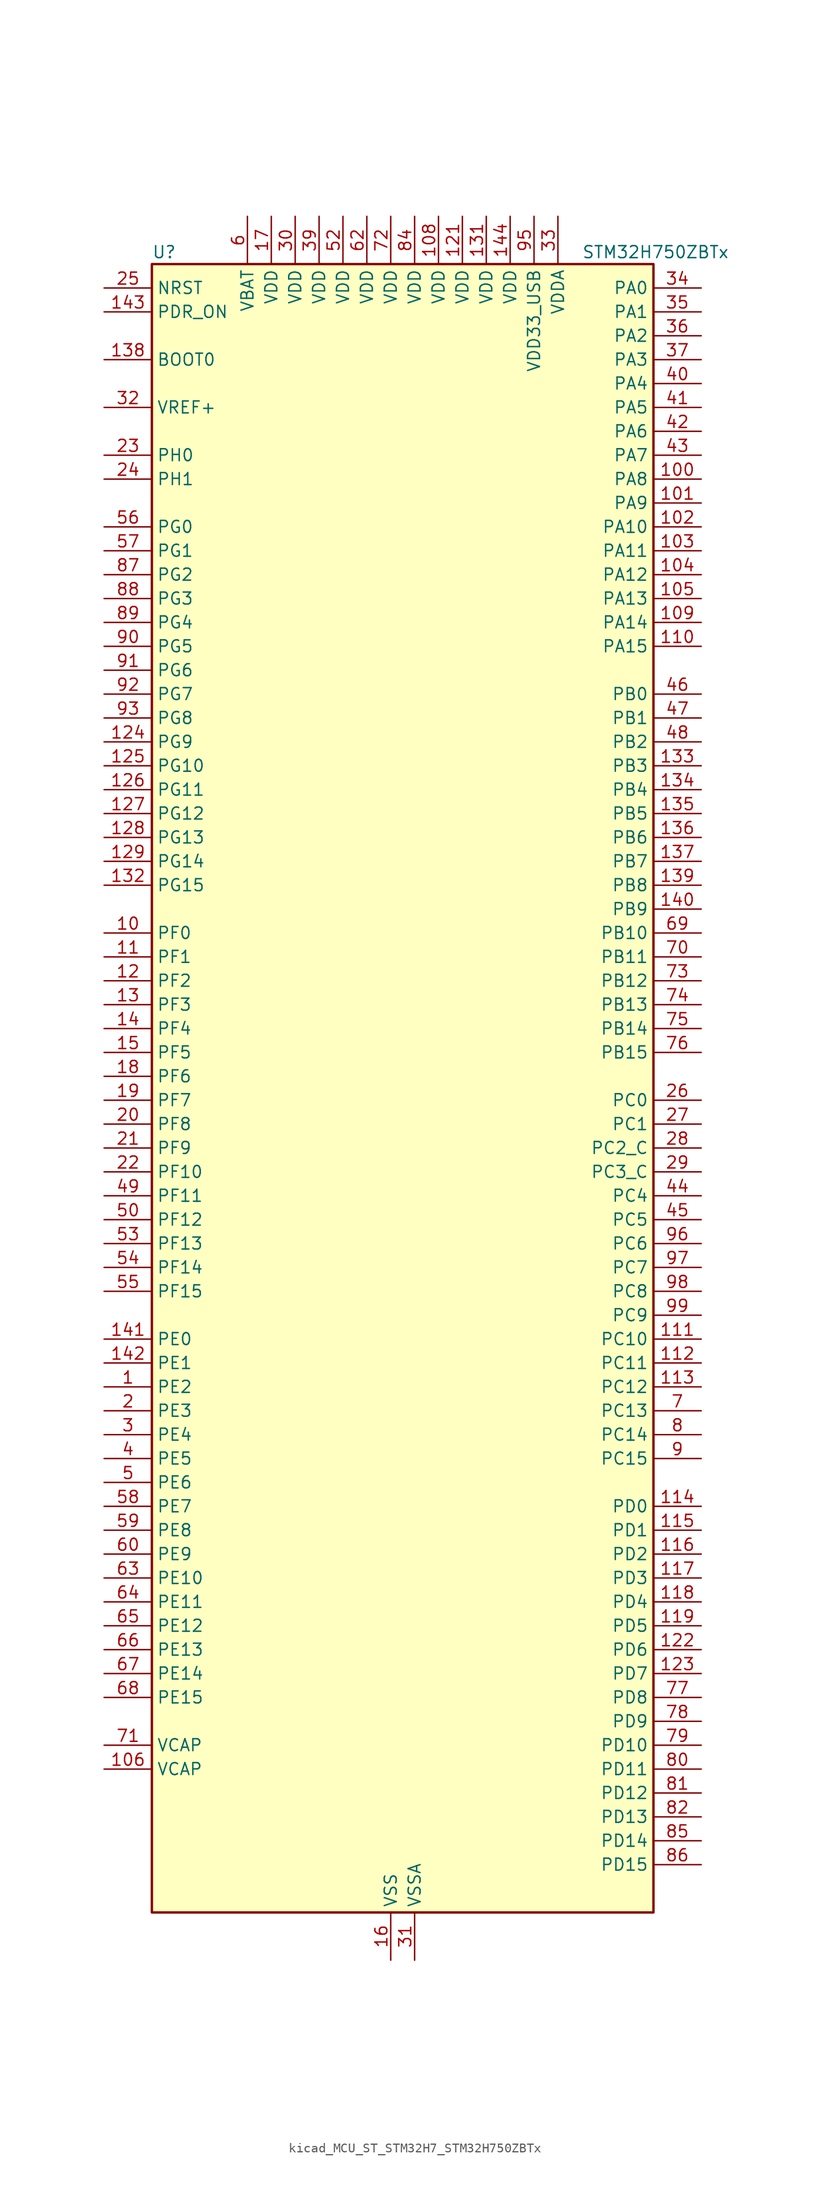
<source format=kicad_sym>
(kicad_symbol_lib
  (version 20220914)
  (generator kicad_symbol_editor)
  (symbol "kicad_MCU_ST_STM32H7_STM32H750ZBTx"
    (property "Reference" "U"
      (at -25.4 90.17 0)
      (effects (font (size 1.27 1.27)) (justify left)))
    (property "Value" "STM32H750ZBTx"
      (at 20.32 90.17 0)
      (effects (font (size 1.27 1.27)) (justify left)))
    (property "ki_locked" ""
      (at 0 0 0)
      (effects (font (size 1.27 1.27))))
    (symbol "kicad_MCU_ST_STM32H7_STM32H750ZBTx_0_1"
      (rectangle (start -25.4 -86.36) (end 27.94 88.9) (stroke (width 0.254) (type default)) (fill (type background))))
    (symbol "kicad_MCU_ST_STM32H7_STM32H750ZBTx_1_1"
      (pin bidirectional line (at -30.48 -30.48 0) (length 5.08) (name "PE2" (effects (font (size 1.27 1.27)))) (number "1" (effects (font (size 1.27 1.27)))) (alternate "DEBUG_TRACECLK" bidirectional line) (alternate "ETH_TXD3" bidirectional line) (alternate "FMC_A23" bidirectional line) (alternate "QUADSPI_BK1_IO2" bidirectional line) (alternate "SAI1_CK1" bidirectional line) (alternate "SAI1_MCLK_A" bidirectional line) (alternate "SAI4_CK1" bidirectional line) (alternate "SAI4_MCLK_A" bidirectional line) (alternate "SPI4_SCK" bidirectional line))
      (pin bidirectional line (at -30.48 17.78 0) (length 5.08) (name "PF0" (effects (font (size 1.27 1.27)))) (number "10" (effects (font (size 1.27 1.27)))) (alternate "FMC_A0" bidirectional line) (alternate "I2C2_SDA" bidirectional line))
      (pin bidirectional line (at 33.02 66.04 180) (length 5.08) (name "PA8" (effects (font (size 1.27 1.27)))) (number "100" (effects (font (size 1.27 1.27)))) (alternate "HRTIM_CHB2" bidirectional line) (alternate "I2C3_SCL" bidirectional line) (alternate "LTDC_B3" bidirectional line) (alternate "LTDC_R6" bidirectional line) (alternate "RCC_MCO_1" bidirectional line) (alternate "TIM1_CH1" bidirectional line) (alternate "TIM8_BKIN2" bidirectional line) (alternate "TIM8_BKIN2_COMP1" bidirectional line) (alternate "TIM8_BKIN2_COMP2" bidirectional line) (alternate "UART7_RX" bidirectional line) (alternate "USART1_CK" bidirectional line) (alternate "USB_OTG_FS_SOF" bidirectional line))
      (pin bidirectional line (at 33.02 63.5 180) (length 5.08) (name "PA9" (effects (font (size 1.27 1.27)))) (number "101" (effects (font (size 1.27 1.27)))) (alternate "DAC1_EXTI9" bidirectional line) (alternate "DCMI_D0" bidirectional line) (alternate "HRTIM_CHC1" bidirectional line) (alternate "I2C3_SMBA" bidirectional line) (alternate "I2S2_CK" bidirectional line) (alternate "LPUART1_TX" bidirectional line) (alternate "LTDC_R5" bidirectional line) (alternate "SPI2_SCK" bidirectional line) (alternate "TIM1_CH2" bidirectional line) (alternate "USART1_TX" bidirectional line) (alternate "USB_OTG_FS_VBUS" bidirectional line))
      (pin bidirectional line (at 33.02 60.96 180) (length 5.08) (name "PA10" (effects (font (size 1.27 1.27)))) (number "102" (effects (font (size 1.27 1.27)))) (alternate "DCMI_D1" bidirectional line) (alternate "HRTIM_CHC2" bidirectional line) (alternate "LPUART1_RX" bidirectional line) (alternate "LTDC_B1" bidirectional line) (alternate "LTDC_B4" bidirectional line) (alternate "MDIOS_MDIO" bidirectional line) (alternate "TIM1_CH3" bidirectional line) (alternate "USART1_RX" bidirectional line) (alternate "USB_OTG_FS_ID" bidirectional line))
      (pin bidirectional line (at 33.02 58.42 180) (length 5.08) (name "PA11" (effects (font (size 1.27 1.27)))) (number "103" (effects (font (size 1.27 1.27)))) (alternate "ADC1_EXTI11" bidirectional line) (alternate "ADC2_EXTI11" bidirectional line) (alternate "ADC3_EXTI11" bidirectional line) (alternate "FDCAN1_RX" bidirectional line) (alternate "HRTIM_CHD1" bidirectional line) (alternate "I2S2_WS" bidirectional line) (alternate "LPUART1_CTS" bidirectional line) (alternate "LTDC_R4" bidirectional line) (alternate "SPI2_NSS" bidirectional line) (alternate "TIM1_CH4" bidirectional line) (alternate "UART4_RX" bidirectional line) (alternate "USART1_CTS" bidirectional line) (alternate "USART1_NSS" bidirectional line) (alternate "USB_OTG_FS_DM" bidirectional line))
      (pin bidirectional line (at 33.02 55.88 180) (length 5.08) (name "PA12" (effects (font (size 1.27 1.27)))) (number "104" (effects (font (size 1.27 1.27)))) (alternate "FDCAN1_TX" bidirectional line) (alternate "HRTIM_CHD2" bidirectional line) (alternate "I2S2_CK" bidirectional line) (alternate "LPUART1_DE" bidirectional line) (alternate "LPUART1_RTS" bidirectional line) (alternate "LTDC_R5" bidirectional line) (alternate "SAI2_FS_B" bidirectional line) (alternate "SPI2_SCK" bidirectional line) (alternate "TIM1_ETR" bidirectional line) (alternate "UART4_TX" bidirectional line) (alternate "USART1_DE" bidirectional line) (alternate "USART1_RTS" bidirectional line) (alternate "USB_OTG_FS_DP" bidirectional line))
      (pin bidirectional line (at 33.02 53.34 180) (length 5.08) (name "PA13" (effects (font (size 1.27 1.27)))) (number "105" (effects (font (size 1.27 1.27)))) (alternate "DEBUG_JTMS-SWDIO" bidirectional line))
      (pin power_out line (at -30.48 -71.12 0) (length 5.08) (name "VCAP" (effects (font (size 1.27 1.27)))) (number "106" (effects (font (size 1.27 1.27)))))
      (pin passive line (at 0 -91.44 90) (length 5.08) hide (name "VSS" (effects (font (size 1.27 1.27)))) (number "107" (effects (font (size 1.27 1.27)))))
      (pin power_in line (at 5.08 93.98 270) (length 5.08) (name "VDD" (effects (font (size 1.27 1.27)))) (number "108" (effects (font (size 1.27 1.27)))))
      (pin bidirectional line (at 33.02 50.8 180) (length 5.08) (name "PA14" (effects (font (size 1.27 1.27)))) (number "109" (effects (font (size 1.27 1.27)))) (alternate "DEBUG_JTCK-SWCLK" bidirectional line))
      (pin bidirectional line (at -30.48 15.24 0) (length 5.08) (name "PF1" (effects (font (size 1.27 1.27)))) (number "11" (effects (font (size 1.27 1.27)))) (alternate "FMC_A1" bidirectional line) (alternate "I2C2_SCL" bidirectional line))
      (pin bidirectional line (at 33.02 48.26 180) (length 5.08) (name "PA15" (effects (font (size 1.27 1.27)))) (number "110" (effects (font (size 1.27 1.27)))) (alternate "ADC1_EXTI15" bidirectional line) (alternate "ADC2_EXTI15" bidirectional line) (alternate "ADC3_EXTI15" bidirectional line) (alternate "CEC" bidirectional line) (alternate "DEBUG_JTDI" bidirectional line) (alternate "HRTIM_FLT1" bidirectional line) (alternate "I2S1_WS" bidirectional line) (alternate "I2S3_WS" bidirectional line) (alternate "SPI1_NSS" bidirectional line) (alternate "SPI3_NSS" bidirectional line) (alternate "SPI6_NSS" bidirectional line) (alternate "TIM2_CH1" bidirectional line) (alternate "TIM2_ETR" bidirectional line) (alternate "UART4_DE" bidirectional line) (alternate "UART4_RTS" bidirectional line) (alternate "UART7_TX" bidirectional line))
      (pin bidirectional line (at 33.02 -25.4 180) (length 5.08) (name "PC10" (effects (font (size 1.27 1.27)))) (number "111" (effects (font (size 1.27 1.27)))) (alternate "DCMI_D8" bidirectional line) (alternate "DFSDM1_CKIN5" bidirectional line) (alternate "HRTIM_EEV1" bidirectional line) (alternate "I2S3_CK" bidirectional line) (alternate "LTDC_R2" bidirectional line) (alternate "QUADSPI_BK1_IO1" bidirectional line) (alternate "SDMMC1_D2" bidirectional line) (alternate "SPI3_SCK" bidirectional line) (alternate "UART4_TX" bidirectional line) (alternate "USART3_TX" bidirectional line))
      (pin bidirectional line (at 33.02 -27.94 180) (length 5.08) (name "PC11" (effects (font (size 1.27 1.27)))) (number "112" (effects (font (size 1.27 1.27)))) (alternate "ADC1_EXTI11" bidirectional line) (alternate "ADC2_EXTI11" bidirectional line) (alternate "ADC3_EXTI11" bidirectional line) (alternate "DCMI_D4" bidirectional line) (alternate "DFSDM1_DATIN5" bidirectional line) (alternate "HRTIM_FLT2" bidirectional line) (alternate "I2S3_SDI" bidirectional line) (alternate "QUADSPI_BK2_NCS" bidirectional line) (alternate "SDMMC1_D3" bidirectional line) (alternate "SPI3_MISO" bidirectional line) (alternate "UART4_RX" bidirectional line) (alternate "USART3_RX" bidirectional line))
      (pin bidirectional line (at 33.02 -30.48 180) (length 5.08) (name "PC12" (effects (font (size 1.27 1.27)))) (number "113" (effects (font (size 1.27 1.27)))) (alternate "DCMI_D9" bidirectional line) (alternate "DEBUG_TRACED3" bidirectional line) (alternate "HRTIM_EEV2" bidirectional line) (alternate "I2S3_SDO" bidirectional line) (alternate "SDMMC1_CK" bidirectional line) (alternate "SPI3_MOSI" bidirectional line) (alternate "UART5_TX" bidirectional line) (alternate "USART3_CK" bidirectional line))
      (pin bidirectional line (at 33.02 -43.18 180) (length 5.08) (name "PD0" (effects (font (size 1.27 1.27)))) (number "114" (effects (font (size 1.27 1.27)))) (alternate "DFSDM1_CKIN6" bidirectional line) (alternate "FDCAN1_RX" bidirectional line) (alternate "FMC_D2" bidirectional line) (alternate "FMC_DA2" bidirectional line) (alternate "SAI3_SCK_A" bidirectional line) (alternate "UART4_RX" bidirectional line))
      (pin bidirectional line (at 33.02 -45.72 180) (length 5.08) (name "PD1" (effects (font (size 1.27 1.27)))) (number "115" (effects (font (size 1.27 1.27)))) (alternate "DFSDM1_DATIN6" bidirectional line) (alternate "FDCAN1_TX" bidirectional line) (alternate "FMC_D3" bidirectional line) (alternate "FMC_DA3" bidirectional line) (alternate "SAI3_SD_A" bidirectional line) (alternate "UART4_TX" bidirectional line))
      (pin bidirectional line (at 33.02 -48.26 180) (length 5.08) (name "PD2" (effects (font (size 1.27 1.27)))) (number "116" (effects (font (size 1.27 1.27)))) (alternate "DCMI_D11" bidirectional line) (alternate "DEBUG_TRACED2" bidirectional line) (alternate "SDMMC1_CMD" bidirectional line) (alternate "TIM3_ETR" bidirectional line) (alternate "UART5_RX" bidirectional line))
      (pin bidirectional line (at 33.02 -50.8 180) (length 5.08) (name "PD3" (effects (font (size 1.27 1.27)))) (number "117" (effects (font (size 1.27 1.27)))) (alternate "DCMI_D5" bidirectional line) (alternate "DFSDM1_CKOUT" bidirectional line) (alternate "FMC_CLK" bidirectional line) (alternate "I2S2_CK" bidirectional line) (alternate "LTDC_G7" bidirectional line) (alternate "SPI2_SCK" bidirectional line) (alternate "USART2_CTS" bidirectional line) (alternate "USART2_NSS" bidirectional line))
      (pin bidirectional line (at 33.02 -53.34 180) (length 5.08) (name "PD4" (effects (font (size 1.27 1.27)))) (number "118" (effects (font (size 1.27 1.27)))) (alternate "FMC_NOE" bidirectional line) (alternate "HRTIM_FLT3" bidirectional line) (alternate "SAI3_FS_A" bidirectional line) (alternate "USART2_DE" bidirectional line) (alternate "USART2_RTS" bidirectional line))
      (pin bidirectional line (at 33.02 -55.88 180) (length 5.08) (name "PD5" (effects (font (size 1.27 1.27)))) (number "119" (effects (font (size 1.27 1.27)))) (alternate "FMC_NWE" bidirectional line) (alternate "HRTIM_EEV3" bidirectional line) (alternate "USART2_TX" bidirectional line))
      (pin bidirectional line (at -30.48 12.7 0) (length 5.08) (name "PF2" (effects (font (size 1.27 1.27)))) (number "12" (effects (font (size 1.27 1.27)))) (alternate "FMC_A2" bidirectional line) (alternate "I2C2_SMBA" bidirectional line))
      (pin passive line (at 0 -91.44 90) (length 5.08) hide (name "VSS" (effects (font (size 1.27 1.27)))) (number "120" (effects (font (size 1.27 1.27)))))
      (pin power_in line (at 7.62 93.98 270) (length 5.08) (name "VDD" (effects (font (size 1.27 1.27)))) (number "121" (effects (font (size 1.27 1.27)))))
      (pin bidirectional line (at 33.02 -58.42 180) (length 5.08) (name "PD6" (effects (font (size 1.27 1.27)))) (number "122" (effects (font (size 1.27 1.27)))) (alternate "DCMI_D10" bidirectional line) (alternate "DFSDM1_CKIN4" bidirectional line) (alternate "DFSDM1_DATIN1" bidirectional line) (alternate "FMC_NWAIT" bidirectional line) (alternate "I2S3_SDO" bidirectional line) (alternate "LTDC_B2" bidirectional line) (alternate "SAI1_D1" bidirectional line) (alternate "SAI1_SD_A" bidirectional line) (alternate "SAI4_D1" bidirectional line) (alternate "SAI4_SD_A" bidirectional line) (alternate "SDMMC2_CK" bidirectional line) (alternate "SPI3_MOSI" bidirectional line) (alternate "USART2_RX" bidirectional line))
      (pin bidirectional line (at 33.02 -60.96 180) (length 5.08) (name "PD7" (effects (font (size 1.27 1.27)))) (number "123" (effects (font (size 1.27 1.27)))) (alternate "DFSDM1_CKIN1" bidirectional line) (alternate "DFSDM1_DATIN4" bidirectional line) (alternate "FMC_NE1" bidirectional line) (alternate "I2S1_SDO" bidirectional line) (alternate "SDMMC2_CMD" bidirectional line) (alternate "SPDIFRX1_IN0" bidirectional line) (alternate "SPI1_MOSI" bidirectional line) (alternate "USART2_CK" bidirectional line))
      (pin bidirectional line (at -30.48 38.1 0) (length 5.08) (name "PG9" (effects (font (size 1.27 1.27)))) (number "124" (effects (font (size 1.27 1.27)))) (alternate "DAC1_EXTI9" bidirectional line) (alternate "DCMI_VSYNC" bidirectional line) (alternate "FMC_NCE" bidirectional line) (alternate "FMC_NE2" bidirectional line) (alternate "I2S1_SDI" bidirectional line) (alternate "QUADSPI_BK2_IO2" bidirectional line) (alternate "SAI2_FS_B" bidirectional line) (alternate "SPDIFRX1_IN3" bidirectional line) (alternate "SPI1_MISO" bidirectional line) (alternate "USART6_RX" bidirectional line))
      (pin bidirectional line (at -30.48 35.56 0) (length 5.08) (name "PG10" (effects (font (size 1.27 1.27)))) (number "125" (effects (font (size 1.27 1.27)))) (alternate "DCMI_D2" bidirectional line) (alternate "FMC_NE3" bidirectional line) (alternate "HRTIM_FLT5" bidirectional line) (alternate "I2S1_WS" bidirectional line) (alternate "LTDC_B2" bidirectional line) (alternate "LTDC_G3" bidirectional line) (alternate "SAI2_SD_B" bidirectional line) (alternate "SPI1_NSS" bidirectional line))
      (pin bidirectional line (at -30.48 33.02 0) (length 5.08) (name "PG11" (effects (font (size 1.27 1.27)))) (number "126" (effects (font (size 1.27 1.27)))) (alternate "ADC1_EXTI11" bidirectional line) (alternate "ADC2_EXTI11" bidirectional line) (alternate "ADC3_EXTI11" bidirectional line) (alternate "DCMI_D3" bidirectional line) (alternate "ETH_TX_EN" bidirectional line) (alternate "HRTIM_EEV4" bidirectional line) (alternate "I2S1_CK" bidirectional line) (alternate "LPTIM1_IN2" bidirectional line) (alternate "LTDC_B3" bidirectional line) (alternate "SDMMC2_D2" bidirectional line) (alternate "SPDIFRX1_IN0" bidirectional line) (alternate "SPI1_SCK" bidirectional line))
      (pin bidirectional line (at -30.48 30.48 0) (length 5.08) (name "PG12" (effects (font (size 1.27 1.27)))) (number "127" (effects (font (size 1.27 1.27)))) (alternate "ETH_TXD1" bidirectional line) (alternate "FMC_NE4" bidirectional line) (alternate "HRTIM_EEV5" bidirectional line) (alternate "LPTIM1_IN1" bidirectional line) (alternate "LTDC_B1" bidirectional line) (alternate "LTDC_B4" bidirectional line) (alternate "SPDIFRX1_IN1" bidirectional line) (alternate "SPI6_MISO" bidirectional line) (alternate "USART6_DE" bidirectional line) (alternate "USART6_RTS" bidirectional line))
      (pin bidirectional line (at -30.48 27.94 0) (length 5.08) (name "PG13" (effects (font (size 1.27 1.27)))) (number "128" (effects (font (size 1.27 1.27)))) (alternate "DEBUG_TRACED0" bidirectional line) (alternate "ETH_TXD0" bidirectional line) (alternate "FMC_A24" bidirectional line) (alternate "HRTIM_EEV10" bidirectional line) (alternate "LPTIM1_OUT" bidirectional line) (alternate "LTDC_R0" bidirectional line) (alternate "SPI6_SCK" bidirectional line) (alternate "USART6_CTS" bidirectional line) (alternate "USART6_NSS" bidirectional line))
      (pin bidirectional line (at -30.48 25.4 0) (length 5.08) (name "PG14" (effects (font (size 1.27 1.27)))) (number "129" (effects (font (size 1.27 1.27)))) (alternate "DEBUG_TRACED1" bidirectional line) (alternate "ETH_TXD1" bidirectional line) (alternate "FMC_A25" bidirectional line) (alternate "LPTIM1_ETR" bidirectional line) (alternate "LTDC_B0" bidirectional line) (alternate "QUADSPI_BK2_IO3" bidirectional line) (alternate "SPI6_MOSI" bidirectional line) (alternate "USART6_TX" bidirectional line))
      (pin bidirectional line (at -30.48 10.16 0) (length 5.08) (name "PF3" (effects (font (size 1.27 1.27)))) (number "13" (effects (font (size 1.27 1.27)))) (alternate "ADC3_INP5" bidirectional line) (alternate "FMC_A3" bidirectional line))
      (pin passive line (at 0 -91.44 90) (length 5.08) hide (name "VSS" (effects (font (size 1.27 1.27)))) (number "130" (effects (font (size 1.27 1.27)))))
      (pin power_in line (at 10.16 93.98 270) (length 5.08) (name "VDD" (effects (font (size 1.27 1.27)))) (number "131" (effects (font (size 1.27 1.27)))))
      (pin bidirectional line (at -30.48 22.86 0) (length 5.08) (name "PG15" (effects (font (size 1.27 1.27)))) (number "132" (effects (font (size 1.27 1.27)))) (alternate "ADC1_EXTI15" bidirectional line) (alternate "ADC2_EXTI15" bidirectional line) (alternate "ADC3_EXTI15" bidirectional line) (alternate "DCMI_D13" bidirectional line) (alternate "FMC_SDNCAS" bidirectional line) (alternate "USART6_CTS" bidirectional line) (alternate "USART6_NSS" bidirectional line))
      (pin bidirectional line (at 33.02 35.56 180) (length 5.08) (name "PB3" (effects (font (size 1.27 1.27)))) (number "133" (effects (font (size 1.27 1.27)))) (alternate "CRS_SYNC" bidirectional line) (alternate "DEBUG_JTDO-SWO" bidirectional line) (alternate "HRTIM_FLT4" bidirectional line) (alternate "I2S1_CK" bidirectional line) (alternate "I2S3_CK" bidirectional line) (alternate "SDMMC2_D2" bidirectional line) (alternate "SPI1_SCK" bidirectional line) (alternate "SPI3_SCK" bidirectional line) (alternate "SPI6_SCK" bidirectional line) (alternate "TIM2_CH2" bidirectional line) (alternate "UART7_RX" bidirectional line))
      (pin bidirectional line (at 33.02 33.02 180) (length 5.08) (name "PB4" (effects (font (size 1.27 1.27)))) (number "134" (effects (font (size 1.27 1.27)))) (alternate "DEBUG_JTRST" bidirectional line) (alternate "HRTIM_EEV6" bidirectional line) (alternate "I2S1_SDI" bidirectional line) (alternate "I2S2_WS" bidirectional line) (alternate "I2S3_SDI" bidirectional line) (alternate "SDMMC2_D3" bidirectional line) (alternate "SPI1_MISO" bidirectional line) (alternate "SPI2_NSS" bidirectional line) (alternate "SPI3_MISO" bidirectional line) (alternate "SPI6_MISO" bidirectional line) (alternate "TIM16_BKIN" bidirectional line) (alternate "TIM3_CH1" bidirectional line) (alternate "UART7_TX" bidirectional line))
      (pin bidirectional line (at 33.02 30.48 180) (length 5.08) (name "PB5" (effects (font (size 1.27 1.27)))) (number "135" (effects (font (size 1.27 1.27)))) (alternate "DCMI_D10" bidirectional line) (alternate "ETH_PPS_OUT" bidirectional line) (alternate "FDCAN2_RX" bidirectional line) (alternate "FMC_SDCKE1" bidirectional line) (alternate "HRTIM_EEV7" bidirectional line) (alternate "I2C1_SMBA" bidirectional line) (alternate "I2C4_SMBA" bidirectional line) (alternate "I2S1_SDO" bidirectional line) (alternate "I2S3_SDO" bidirectional line) (alternate "SPI1_MOSI" bidirectional line) (alternate "SPI3_MOSI" bidirectional line) (alternate "SPI6_MOSI" bidirectional line) (alternate "TIM17_BKIN" bidirectional line) (alternate "TIM3_CH2" bidirectional line) (alternate "UART5_RX" bidirectional line) (alternate "USB_OTG_HS_ULPI_D7" bidirectional line))
      (pin bidirectional line (at 33.02 27.94 180) (length 5.08) (name "PB6" (effects (font (size 1.27 1.27)))) (number "136" (effects (font (size 1.27 1.27)))) (alternate "CEC" bidirectional line) (alternate "DCMI_D5" bidirectional line) (alternate "DFSDM1_DATIN5" bidirectional line) (alternate "FDCAN2_TX" bidirectional line) (alternate "FMC_SDNE1" bidirectional line) (alternate "HRTIM_EEV8" bidirectional line) (alternate "I2C1_SCL" bidirectional line) (alternate "I2C4_SCL" bidirectional line) (alternate "LPUART1_TX" bidirectional line) (alternate "QUADSPI_BK1_NCS" bidirectional line) (alternate "TIM16_CH1N" bidirectional line) (alternate "TIM4_CH1" bidirectional line) (alternate "UART5_TX" bidirectional line) (alternate "USART1_TX" bidirectional line))
      (pin bidirectional line (at 33.02 25.4 180) (length 5.08) (name "PB7" (effects (font (size 1.27 1.27)))) (number "137" (effects (font (size 1.27 1.27)))) (alternate "DCMI_VSYNC" bidirectional line) (alternate "DFSDM1_CKIN5" bidirectional line) (alternate "FMC_NL" bidirectional line) (alternate "HRTIM_EEV9" bidirectional line) (alternate "I2C1_SDA" bidirectional line) (alternate "I2C4_SDA" bidirectional line) (alternate "LPUART1_RX" bidirectional line) (alternate "PWR_PVD_IN" bidirectional line) (alternate "TIM17_CH1N" bidirectional line) (alternate "TIM4_CH2" bidirectional line) (alternate "USART1_RX" bidirectional line))
      (pin input line (at -30.48 78.74 0) (length 5.08) (name "BOOT0" (effects (font (size 1.27 1.27)))) (number "138" (effects (font (size 1.27 1.27)))))
      (pin bidirectional line (at 33.02 22.86 180) (length 5.08) (name "PB8" (effects (font (size 1.27 1.27)))) (number "139" (effects (font (size 1.27 1.27)))) (alternate "DCMI_D6" bidirectional line) (alternate "DFSDM1_CKIN7" bidirectional line) (alternate "ETH_TXD3" bidirectional line) (alternate "FDCAN1_RX" bidirectional line) (alternate "I2C1_SCL" bidirectional line) (alternate "I2C4_SCL" bidirectional line) (alternate "LTDC_B6" bidirectional line) (alternate "SDMMC1_CKIN" bidirectional line) (alternate "SDMMC1_D4" bidirectional line) (alternate "SDMMC2_D4" bidirectional line) (alternate "TIM16_CH1" bidirectional line) (alternate "TIM4_CH3" bidirectional line) (alternate "UART4_RX" bidirectional line))
      (pin bidirectional line (at -30.48 7.62 0) (length 5.08) (name "PF4" (effects (font (size 1.27 1.27)))) (number "14" (effects (font (size 1.27 1.27)))) (alternate "ADC3_INN5" bidirectional line) (alternate "ADC3_INP9" bidirectional line) (alternate "FMC_A4" bidirectional line))
      (pin bidirectional line (at 33.02 20.32 180) (length 5.08) (name "PB9" (effects (font (size 1.27 1.27)))) (number "140" (effects (font (size 1.27 1.27)))) (alternate "DAC1_EXTI9" bidirectional line) (alternate "DCMI_D7" bidirectional line) (alternate "DFSDM1_DATIN7" bidirectional line) (alternate "FDCAN1_TX" bidirectional line) (alternate "I2C1_SDA" bidirectional line) (alternate "I2C4_SDA" bidirectional line) (alternate "I2C4_SMBA" bidirectional line) (alternate "I2S2_WS" bidirectional line) (alternate "LTDC_B7" bidirectional line) (alternate "SDMMC1_CDIR" bidirectional line) (alternate "SDMMC1_D5" bidirectional line) (alternate "SDMMC2_D5" bidirectional line) (alternate "SPI2_NSS" bidirectional line) (alternate "TIM17_CH1" bidirectional line) (alternate "TIM4_CH4" bidirectional line) (alternate "UART4_TX" bidirectional line))
      (pin bidirectional line (at -30.48 -25.4 0) (length 5.08) (name "PE0" (effects (font (size 1.27 1.27)))) (number "141" (effects (font (size 1.27 1.27)))) (alternate "DCMI_D2" bidirectional line) (alternate "FMC_NBL0" bidirectional line) (alternate "HRTIM_SCIN" bidirectional line) (alternate "LPTIM1_ETR" bidirectional line) (alternate "LPTIM2_ETR" bidirectional line) (alternate "SAI2_MCLK_A" bidirectional line) (alternate "TIM4_ETR" bidirectional line) (alternate "UART8_RX" bidirectional line))
      (pin bidirectional line (at -30.48 -27.94 0) (length 5.08) (name "PE1" (effects (font (size 1.27 1.27)))) (number "142" (effects (font (size 1.27 1.27)))) (alternate "DCMI_D3" bidirectional line) (alternate "FMC_NBL1" bidirectional line) (alternate "HRTIM_SCOUT" bidirectional line) (alternate "LPTIM1_IN2" bidirectional line) (alternate "UART8_TX" bidirectional line))
      (pin input line (at -30.48 83.82 0) (length 5.08) (name "PDR_ON" (effects (font (size 1.27 1.27)))) (number "143" (effects (font (size 1.27 1.27)))))
      (pin power_in line (at 12.7 93.98 270) (length 5.08) (name "VDD" (effects (font (size 1.27 1.27)))) (number "144" (effects (font (size 1.27 1.27)))))
      (pin bidirectional line (at -30.48 5.08 0) (length 5.08) (name "PF5" (effects (font (size 1.27 1.27)))) (number "15" (effects (font (size 1.27 1.27)))) (alternate "ADC3_INP4" bidirectional line) (alternate "FMC_A5" bidirectional line))
      (pin power_in line (at 0 -91.44 90) (length 5.08) (name "VSS" (effects (font (size 1.27 1.27)))) (number "16" (effects (font (size 1.27 1.27)))))
      (pin power_in line (at -12.7 93.98 270) (length 5.08) (name "VDD" (effects (font (size 1.27 1.27)))) (number "17" (effects (font (size 1.27 1.27)))))
      (pin bidirectional line (at -30.48 2.54 0) (length 5.08) (name "PF6" (effects (font (size 1.27 1.27)))) (number "18" (effects (font (size 1.27 1.27)))) (alternate "ADC3_INN4" bidirectional line) (alternate "ADC3_INP8" bidirectional line) (alternate "QUADSPI_BK1_IO3" bidirectional line) (alternate "SAI1_SD_B" bidirectional line) (alternate "SAI4_SD_B" bidirectional line) (alternate "SPI5_NSS" bidirectional line) (alternate "TIM16_CH1" bidirectional line) (alternate "UART7_RX" bidirectional line))
      (pin bidirectional line (at -30.48 0 0) (length 5.08) (name "PF7" (effects (font (size 1.27 1.27)))) (number "19" (effects (font (size 1.27 1.27)))) (alternate "ADC3_INP3" bidirectional line) (alternate "QUADSPI_BK1_IO2" bidirectional line) (alternate "SAI1_MCLK_B" bidirectional line) (alternate "SAI4_MCLK_B" bidirectional line) (alternate "SPI5_SCK" bidirectional line) (alternate "TIM17_CH1" bidirectional line) (alternate "UART7_TX" bidirectional line))
      (pin bidirectional line (at -30.48 -33.02 0) (length 5.08) (name "PE3" (effects (font (size 1.27 1.27)))) (number "2" (effects (font (size 1.27 1.27)))) (alternate "DEBUG_TRACED0" bidirectional line) (alternate "FMC_A19" bidirectional line) (alternate "SAI1_SD_B" bidirectional line) (alternate "SAI4_SD_B" bidirectional line) (alternate "TIM15_BKIN" bidirectional line))
      (pin bidirectional line (at -30.48 -2.54 0) (length 5.08) (name "PF8" (effects (font (size 1.27 1.27)))) (number "20" (effects (font (size 1.27 1.27)))) (alternate "ADC3_INN3" bidirectional line) (alternate "ADC3_INP7" bidirectional line) (alternate "QUADSPI_BK1_IO0" bidirectional line) (alternate "SAI1_SCK_B" bidirectional line) (alternate "SAI4_SCK_B" bidirectional line) (alternate "SPI5_MISO" bidirectional line) (alternate "TIM13_CH1" bidirectional line) (alternate "TIM16_CH1N" bidirectional line) (alternate "UART7_DE" bidirectional line) (alternate "UART7_RTS" bidirectional line))
      (pin bidirectional line (at -30.48 -5.08 0) (length 5.08) (name "PF9" (effects (font (size 1.27 1.27)))) (number "21" (effects (font (size 1.27 1.27)))) (alternate "ADC3_INP2" bidirectional line) (alternate "DAC1_EXTI9" bidirectional line) (alternate "QUADSPI_BK1_IO1" bidirectional line) (alternate "SAI1_FS_B" bidirectional line) (alternate "SAI4_FS_B" bidirectional line) (alternate "SPI5_MOSI" bidirectional line) (alternate "TIM14_CH1" bidirectional line) (alternate "TIM17_CH1N" bidirectional line) (alternate "UART7_CTS" bidirectional line))
      (pin bidirectional line (at -30.48 -7.62 0) (length 5.08) (name "PF10" (effects (font (size 1.27 1.27)))) (number "22" (effects (font (size 1.27 1.27)))) (alternate "ADC3_INN2" bidirectional line) (alternate "ADC3_INP6" bidirectional line) (alternate "DCMI_D11" bidirectional line) (alternate "LTDC_DE" bidirectional line) (alternate "QUADSPI_CLK" bidirectional line) (alternate "SAI1_D3" bidirectional line) (alternate "SAI4_D3" bidirectional line) (alternate "TIM16_BKIN" bidirectional line))
      (pin bidirectional line (at -30.48 68.58 0) (length 5.08) (name "PH0" (effects (font (size 1.27 1.27)))) (number "23" (effects (font (size 1.27 1.27)))) (alternate "RCC_OSC_IN" bidirectional line))
      (pin bidirectional line (at -30.48 66.04 0) (length 5.08) (name "PH1" (effects (font (size 1.27 1.27)))) (number "24" (effects (font (size 1.27 1.27)))) (alternate "RCC_OSC_OUT" bidirectional line))
      (pin input line (at -30.48 86.36 0) (length 5.08) (name "NRST" (effects (font (size 1.27 1.27)))) (number "25" (effects (font (size 1.27 1.27)))))
      (pin bidirectional line (at 33.02 0 180) (length 5.08) (name "PC0" (effects (font (size 1.27 1.27)))) (number "26" (effects (font (size 1.27 1.27)))) (alternate "ADC1_INP10" bidirectional line) (alternate "ADC2_INP10" bidirectional line) (alternate "ADC3_INP10" bidirectional line) (alternate "DFSDM1_CKIN0" bidirectional line) (alternate "DFSDM1_DATIN4" bidirectional line) (alternate "FMC_SDNWE" bidirectional line) (alternate "LTDC_R5" bidirectional line) (alternate "SAI2_FS_B" bidirectional line) (alternate "USB_OTG_HS_ULPI_STP" bidirectional line))
      (pin bidirectional line (at 33.02 -2.54 180) (length 5.08) (name "PC1" (effects (font (size 1.27 1.27)))) (number "27" (effects (font (size 1.27 1.27)))) (alternate "ADC1_INN10" bidirectional line) (alternate "ADC1_INP11" bidirectional line) (alternate "ADC2_INN10" bidirectional line) (alternate "ADC2_INP11" bidirectional line) (alternate "ADC3_INN10" bidirectional line) (alternate "ADC3_INP11" bidirectional line) (alternate "DEBUG_TRACED0" bidirectional line) (alternate "DFSDM1_CKIN4" bidirectional line) (alternate "DFSDM1_DATIN0" bidirectional line) (alternate "ETH_MDC" bidirectional line) (alternate "I2S2_SDO" bidirectional line) (alternate "MDIOS_MDC" bidirectional line) (alternate "PWR_WKUP5" bidirectional line) (alternate "RTC_TAMP3" bidirectional line) (alternate "SAI1_D1" bidirectional line) (alternate "SAI1_SD_A" bidirectional line) (alternate "SAI4_D1" bidirectional line) (alternate "SAI4_SD_A" bidirectional line) (alternate "SDMMC2_CK" bidirectional line) (alternate "SPI2_MOSI" bidirectional line))
      (pin bidirectional line (at 33.02 -5.08 180) (length 5.08) (name "PC2_C" (effects (font (size 1.27 1.27)))) (number "28" (effects (font (size 1.27 1.27)))) (alternate "ADC3_INN1" bidirectional line) (alternate "ADC3_INP0" bidirectional line) (alternate "DFSDM1_CKIN1" bidirectional line) (alternate "DFSDM1_CKOUT" bidirectional line) (alternate "ETH_TXD2" bidirectional line) (alternate "FMC_SDNE0" bidirectional line) (alternate "I2S2_SDI" bidirectional line) (alternate "PWR_CSTOP" bidirectional line) (alternate "SPI2_MISO" bidirectional line) (alternate "USB_OTG_HS_ULPI_DIR" bidirectional line))
      (pin bidirectional line (at 33.02 -7.62 180) (length 5.08) (name "PC3_C" (effects (font (size 1.27 1.27)))) (number "29" (effects (font (size 1.27 1.27)))) (alternate "ADC3_INP1" bidirectional line) (alternate "DFSDM1_DATIN1" bidirectional line) (alternate "ETH_TX_CLK" bidirectional line) (alternate "FMC_SDCKE0" bidirectional line) (alternate "I2S2_SDO" bidirectional line) (alternate "PWR_CSLEEP" bidirectional line) (alternate "SPI2_MOSI" bidirectional line) (alternate "USB_OTG_HS_ULPI_NXT" bidirectional line))
      (pin bidirectional line (at -30.48 -35.56 0) (length 5.08) (name "PE4" (effects (font (size 1.27 1.27)))) (number "3" (effects (font (size 1.27 1.27)))) (alternate "DCMI_D4" bidirectional line) (alternate "DEBUG_TRACED1" bidirectional line) (alternate "DFSDM1_DATIN3" bidirectional line) (alternate "FMC_A20" bidirectional line) (alternate "LTDC_B0" bidirectional line) (alternate "SAI1_D2" bidirectional line) (alternate "SAI1_FS_A" bidirectional line) (alternate "SAI4_D2" bidirectional line) (alternate "SAI4_FS_A" bidirectional line) (alternate "SPI4_NSS" bidirectional line) (alternate "TIM15_CH1N" bidirectional line))
      (pin power_in line (at -10.16 93.98 270) (length 5.08) (name "VDD" (effects (font (size 1.27 1.27)))) (number "30" (effects (font (size 1.27 1.27)))))
      (pin power_in line (at 2.54 -91.44 90) (length 5.08) (name "VSSA" (effects (font (size 1.27 1.27)))) (number "31" (effects (font (size 1.27 1.27)))))
      (pin input line (at -30.48 73.66 0) (length 5.08) (name "VREF+" (effects (font (size 1.27 1.27)))) (number "32" (effects (font (size 1.27 1.27)))) (alternate "VREFBUF_OUT" bidirectional line))
      (pin power_in line (at 17.78 93.98 270) (length 5.08) (name "VDDA" (effects (font (size 1.27 1.27)))) (number "33" (effects (font (size 1.27 1.27)))))
      (pin bidirectional line (at 33.02 86.36 180) (length 5.08) (name "PA0" (effects (font (size 1.27 1.27)))) (number "34" (effects (font (size 1.27 1.27)))) (alternate "ADC1_INP16" bidirectional line) (alternate "ETH_CRS" bidirectional line) (alternate "PWR_WKUP0" bidirectional line) (alternate "SAI2_SD_B" bidirectional line) (alternate "SDMMC2_CMD" bidirectional line) (alternate "TIM15_BKIN" bidirectional line) (alternate "TIM2_CH1" bidirectional line) (alternate "TIM2_ETR" bidirectional line) (alternate "TIM5_CH1" bidirectional line) (alternate "TIM8_ETR" bidirectional line) (alternate "UART4_TX" bidirectional line) (alternate "USART2_CTS" bidirectional line) (alternate "USART2_NSS" bidirectional line))
      (pin bidirectional line (at 33.02 83.82 180) (length 5.08) (name "PA1" (effects (font (size 1.27 1.27)))) (number "35" (effects (font (size 1.27 1.27)))) (alternate "ADC1_INN16" bidirectional line) (alternate "ADC1_INP17" bidirectional line) (alternate "ETH_REF_CLK" bidirectional line) (alternate "ETH_RX_CLK" bidirectional line) (alternate "LPTIM3_OUT" bidirectional line) (alternate "LTDC_R2" bidirectional line) (alternate "QUADSPI_BK1_IO3" bidirectional line) (alternate "SAI2_MCLK_B" bidirectional line) (alternate "TIM15_CH1N" bidirectional line) (alternate "TIM2_CH2" bidirectional line) (alternate "TIM5_CH2" bidirectional line) (alternate "UART4_RX" bidirectional line) (alternate "USART2_DE" bidirectional line) (alternate "USART2_RTS" bidirectional line))
      (pin bidirectional line (at 33.02 81.28 180) (length 5.08) (name "PA2" (effects (font (size 1.27 1.27)))) (number "36" (effects (font (size 1.27 1.27)))) (alternate "ADC1_INP14" bidirectional line) (alternate "ADC2_INP14" bidirectional line) (alternate "ETH_MDIO" bidirectional line) (alternate "LPTIM4_OUT" bidirectional line) (alternate "LTDC_R1" bidirectional line) (alternate "MDIOS_MDIO" bidirectional line) (alternate "PWR_WKUP1" bidirectional line) (alternate "SAI2_SCK_B" bidirectional line) (alternate "TIM15_CH1" bidirectional line) (alternate "TIM2_CH3" bidirectional line) (alternate "TIM5_CH3" bidirectional line) (alternate "USART2_TX" bidirectional line))
      (pin bidirectional line (at 33.02 78.74 180) (length 5.08) (name "PA3" (effects (font (size 1.27 1.27)))) (number "37" (effects (font (size 1.27 1.27)))) (alternate "ADC1_INP15" bidirectional line) (alternate "ADC2_INP15" bidirectional line) (alternate "ETH_COL" bidirectional line) (alternate "LPTIM5_OUT" bidirectional line) (alternate "LTDC_B2" bidirectional line) (alternate "LTDC_B5" bidirectional line) (alternate "TIM15_CH2" bidirectional line) (alternate "TIM2_CH4" bidirectional line) (alternate "TIM5_CH4" bidirectional line) (alternate "USART2_RX" bidirectional line) (alternate "USB_OTG_HS_ULPI_D0" bidirectional line))
      (pin passive line (at 0 -91.44 90) (length 5.08) hide (name "VSS" (effects (font (size 1.27 1.27)))) (number "38" (effects (font (size 1.27 1.27)))))
      (pin power_in line (at -7.62 93.98 270) (length 5.08) (name "VDD" (effects (font (size 1.27 1.27)))) (number "39" (effects (font (size 1.27 1.27)))))
      (pin bidirectional line (at -30.48 -38.1 0) (length 5.08) (name "PE5" (effects (font (size 1.27 1.27)))) (number "4" (effects (font (size 1.27 1.27)))) (alternate "DCMI_D6" bidirectional line) (alternate "DEBUG_TRACED2" bidirectional line) (alternate "DFSDM1_CKIN3" bidirectional line) (alternate "FMC_A21" bidirectional line) (alternate "LTDC_G0" bidirectional line) (alternate "SAI1_CK2" bidirectional line) (alternate "SAI1_SCK_A" bidirectional line) (alternate "SAI4_CK2" bidirectional line) (alternate "SAI4_SCK_A" bidirectional line) (alternate "SPI4_MISO" bidirectional line) (alternate "TIM15_CH1" bidirectional line))
      (pin bidirectional line (at 33.02 76.2 180) (length 5.08) (name "PA4" (effects (font (size 1.27 1.27)))) (number "40" (effects (font (size 1.27 1.27)))) (alternate "ADC1_INP18" bidirectional line) (alternate "ADC2_INP18" bidirectional line) (alternate "DAC1_OUT1" bidirectional line) (alternate "DCMI_HSYNC" bidirectional line) (alternate "I2S1_WS" bidirectional line) (alternate "I2S3_WS" bidirectional line) (alternate "LTDC_VSYNC" bidirectional line) (alternate "SPI1_NSS" bidirectional line) (alternate "SPI3_NSS" bidirectional line) (alternate "SPI6_NSS" bidirectional line) (alternate "TIM5_ETR" bidirectional line) (alternate "USART2_CK" bidirectional line) (alternate "USB_OTG_HS_SOF" bidirectional line))
      (pin bidirectional line (at 33.02 73.66 180) (length 5.08) (name "PA5" (effects (font (size 1.27 1.27)))) (number "41" (effects (font (size 1.27 1.27)))) (alternate "ADC1_INN18" bidirectional line) (alternate "ADC1_INP19" bidirectional line) (alternate "ADC2_INN18" bidirectional line) (alternate "ADC2_INP19" bidirectional line) (alternate "DAC1_OUT2" bidirectional line) (alternate "I2S1_CK" bidirectional line) (alternate "LTDC_R4" bidirectional line) (alternate "PWR_NDSTOP2" bidirectional line) (alternate "SPI1_SCK" bidirectional line) (alternate "SPI6_SCK" bidirectional line) (alternate "TIM2_CH1" bidirectional line) (alternate "TIM2_ETR" bidirectional line) (alternate "TIM8_CH1N" bidirectional line) (alternate "USB_OTG_HS_ULPI_CK" bidirectional line))
      (pin bidirectional line (at 33.02 71.12 180) (length 5.08) (name "PA6" (effects (font (size 1.27 1.27)))) (number "42" (effects (font (size 1.27 1.27)))) (alternate "ADC1_INP3" bidirectional line) (alternate "ADC2_INP3" bidirectional line) (alternate "DCMI_PIXCLK" bidirectional line) (alternate "I2S1_SDI" bidirectional line) (alternate "LTDC_G2" bidirectional line) (alternate "MDIOS_MDC" bidirectional line) (alternate "SPI1_MISO" bidirectional line) (alternate "SPI6_MISO" bidirectional line) (alternate "TIM13_CH1" bidirectional line) (alternate "TIM1_BKIN" bidirectional line) (alternate "TIM1_BKIN_COMP1" bidirectional line) (alternate "TIM1_BKIN_COMP2" bidirectional line) (alternate "TIM3_CH1" bidirectional line) (alternate "TIM8_BKIN" bidirectional line) (alternate "TIM8_BKIN_COMP1" bidirectional line) (alternate "TIM8_BKIN_COMP2" bidirectional line))
      (pin bidirectional line (at 33.02 68.58 180) (length 5.08) (name "PA7" (effects (font (size 1.27 1.27)))) (number "43" (effects (font (size 1.27 1.27)))) (alternate "ADC1_INN3" bidirectional line) (alternate "ADC1_INP7" bidirectional line) (alternate "ADC2_INN3" bidirectional line) (alternate "ADC2_INP7" bidirectional line) (alternate "ETH_CRS_DV" bidirectional line) (alternate "ETH_RX_DV" bidirectional line) (alternate "FMC_SDNWE" bidirectional line) (alternate "I2S1_SDO" bidirectional line) (alternate "OPAMP1_VINM" bidirectional line) (alternate "OPAMP1_VINM1" bidirectional line) (alternate "SPI1_MOSI" bidirectional line) (alternate "SPI6_MOSI" bidirectional line) (alternate "TIM14_CH1" bidirectional line) (alternate "TIM1_CH1N" bidirectional line) (alternate "TIM3_CH2" bidirectional line) (alternate "TIM8_CH1N" bidirectional line))
      (pin bidirectional line (at 33.02 -10.16 180) (length 5.08) (name "PC4" (effects (font (size 1.27 1.27)))) (number "44" (effects (font (size 1.27 1.27)))) (alternate "ADC1_INP4" bidirectional line) (alternate "ADC2_INP4" bidirectional line) (alternate "COMP1_INM" bidirectional line) (alternate "DFSDM1_CKIN2" bidirectional line) (alternate "ETH_RXD0" bidirectional line) (alternate "FMC_SDNE0" bidirectional line) (alternate "I2S1_MCK" bidirectional line) (alternate "OPAMP1_VOUT" bidirectional line) (alternate "SPDIFRX1_IN2" bidirectional line))
      (pin bidirectional line (at 33.02 -12.7 180) (length 5.08) (name "PC5" (effects (font (size 1.27 1.27)))) (number "45" (effects (font (size 1.27 1.27)))) (alternate "ADC1_INN4" bidirectional line) (alternate "ADC1_INP8" bidirectional line) (alternate "ADC2_INN4" bidirectional line) (alternate "ADC2_INP8" bidirectional line) (alternate "COMP1_OUT" bidirectional line) (alternate "DFSDM1_DATIN2" bidirectional line) (alternate "ETH_RXD1" bidirectional line) (alternate "FMC_SDCKE0" bidirectional line) (alternate "OPAMP1_VINM" bidirectional line) (alternate "OPAMP1_VINM0" bidirectional line) (alternate "SAI1_D3" bidirectional line) (alternate "SAI4_D3" bidirectional line) (alternate "SPDIFRX1_IN3" bidirectional line))
      (pin bidirectional line (at 33.02 43.18 180) (length 5.08) (name "PB0" (effects (font (size 1.27 1.27)))) (number "46" (effects (font (size 1.27 1.27)))) (alternate "ADC1_INN5" bidirectional line) (alternate "ADC1_INP9" bidirectional line) (alternate "ADC2_INN5" bidirectional line) (alternate "ADC2_INP9" bidirectional line) (alternate "COMP1_INP" bidirectional line) (alternate "DFSDM1_CKOUT" bidirectional line) (alternate "ETH_RXD2" bidirectional line) (alternate "LTDC_G1" bidirectional line) (alternate "LTDC_R3" bidirectional line) (alternate "OPAMP1_VINP" bidirectional line) (alternate "TIM1_CH2N" bidirectional line) (alternate "TIM3_CH3" bidirectional line) (alternate "TIM8_CH2N" bidirectional line) (alternate "UART4_CTS" bidirectional line) (alternate "USB_OTG_HS_ULPI_D1" bidirectional line))
      (pin bidirectional line (at 33.02 40.64 180) (length 5.08) (name "PB1" (effects (font (size 1.27 1.27)))) (number "47" (effects (font (size 1.27 1.27)))) (alternate "ADC1_INP5" bidirectional line) (alternate "ADC2_INP5" bidirectional line) (alternate "COMP1_INM" bidirectional line) (alternate "DFSDM1_DATIN1" bidirectional line) (alternate "ETH_RXD3" bidirectional line) (alternate "LTDC_G0" bidirectional line) (alternate "LTDC_R6" bidirectional line) (alternate "TIM1_CH3N" bidirectional line) (alternate "TIM3_CH4" bidirectional line) (alternate "TIM8_CH3N" bidirectional line) (alternate "USB_OTG_HS_ULPI_D2" bidirectional line))
      (pin bidirectional line (at 33.02 38.1 180) (length 5.08) (name "PB2" (effects (font (size 1.27 1.27)))) (number "48" (effects (font (size 1.27 1.27)))) (alternate "COMP1_INP" bidirectional line) (alternate "DFSDM1_CKIN1" bidirectional line) (alternate "I2S3_SDO" bidirectional line) (alternate "QUADSPI_CLK" bidirectional line) (alternate "RTC_OUT_ALARM" bidirectional line) (alternate "RTC_OUT_CALIB" bidirectional line) (alternate "SAI1_D1" bidirectional line) (alternate "SAI1_SD_A" bidirectional line) (alternate "SAI4_D1" bidirectional line) (alternate "SAI4_SD_A" bidirectional line) (alternate "SPI3_MOSI" bidirectional line))
      (pin bidirectional line (at -30.48 -10.16 0) (length 5.08) (name "PF11" (effects (font (size 1.27 1.27)))) (number "49" (effects (font (size 1.27 1.27)))) (alternate "ADC1_EXTI11" bidirectional line) (alternate "ADC1_INP2" bidirectional line) (alternate "ADC2_EXTI11" bidirectional line) (alternate "ADC3_EXTI11" bidirectional line) (alternate "DCMI_D12" bidirectional line) (alternate "FMC_SDNRAS" bidirectional line) (alternate "SAI2_SD_B" bidirectional line) (alternate "SPI5_MOSI" bidirectional line))
      (pin bidirectional line (at -30.48 -40.64 0) (length 5.08) (name "PE6" (effects (font (size 1.27 1.27)))) (number "5" (effects (font (size 1.27 1.27)))) (alternate "DCMI_D7" bidirectional line) (alternate "DEBUG_TRACED3" bidirectional line) (alternate "FMC_A22" bidirectional line) (alternate "LTDC_G1" bidirectional line) (alternate "SAI1_D1" bidirectional line) (alternate "SAI1_SD_A" bidirectional line) (alternate "SAI2_MCLK_B" bidirectional line) (alternate "SAI4_D1" bidirectional line) (alternate "SAI4_SD_A" bidirectional line) (alternate "SPI4_MOSI" bidirectional line) (alternate "TIM15_CH2" bidirectional line) (alternate "TIM1_BKIN2" bidirectional line) (alternate "TIM1_BKIN2_COMP1" bidirectional line) (alternate "TIM1_BKIN2_COMP2" bidirectional line))
      (pin bidirectional line (at -30.48 -12.7 0) (length 5.08) (name "PF12" (effects (font (size 1.27 1.27)))) (number "50" (effects (font (size 1.27 1.27)))) (alternate "ADC1_INN2" bidirectional line) (alternate "ADC1_INP6" bidirectional line) (alternate "FMC_A6" bidirectional line))
      (pin passive line (at 0 -91.44 90) (length 5.08) hide (name "VSS" (effects (font (size 1.27 1.27)))) (number "51" (effects (font (size 1.27 1.27)))))
      (pin power_in line (at -5.08 93.98 270) (length 5.08) (name "VDD" (effects (font (size 1.27 1.27)))) (number "52" (effects (font (size 1.27 1.27)))))
      (pin bidirectional line (at -30.48 -15.24 0) (length 5.08) (name "PF13" (effects (font (size 1.27 1.27)))) (number "53" (effects (font (size 1.27 1.27)))) (alternate "ADC2_INP2" bidirectional line) (alternate "DFSDM1_DATIN6" bidirectional line) (alternate "FMC_A7" bidirectional line) (alternate "I2C4_SMBA" bidirectional line))
      (pin bidirectional line (at -30.48 -17.78 0) (length 5.08) (name "PF14" (effects (font (size 1.27 1.27)))) (number "54" (effects (font (size 1.27 1.27)))) (alternate "ADC2_INN2" bidirectional line) (alternate "ADC2_INP6" bidirectional line) (alternate "DFSDM1_CKIN6" bidirectional line) (alternate "FMC_A8" bidirectional line) (alternate "I2C4_SCL" bidirectional line))
      (pin bidirectional line (at -30.48 -20.32 0) (length 5.08) (name "PF15" (effects (font (size 1.27 1.27)))) (number "55" (effects (font (size 1.27 1.27)))) (alternate "ADC1_EXTI15" bidirectional line) (alternate "ADC2_EXTI15" bidirectional line) (alternate "ADC3_EXTI15" bidirectional line) (alternate "FMC_A9" bidirectional line) (alternate "I2C4_SDA" bidirectional line))
      (pin bidirectional line (at -30.48 60.96 0) (length 5.08) (name "PG0" (effects (font (size 1.27 1.27)))) (number "56" (effects (font (size 1.27 1.27)))) (alternate "FMC_A10" bidirectional line))
      (pin bidirectional line (at -30.48 58.42 0) (length 5.08) (name "PG1" (effects (font (size 1.27 1.27)))) (number "57" (effects (font (size 1.27 1.27)))) (alternate "FMC_A11" bidirectional line) (alternate "OPAMP2_VINM" bidirectional line) (alternate "OPAMP2_VINM1" bidirectional line))
      (pin bidirectional line (at -30.48 -43.18 0) (length 5.08) (name "PE7" (effects (font (size 1.27 1.27)))) (number "58" (effects (font (size 1.27 1.27)))) (alternate "COMP2_INM" bidirectional line) (alternate "DFSDM1_DATIN2" bidirectional line) (alternate "FMC_D4" bidirectional line) (alternate "FMC_DA4" bidirectional line) (alternate "OPAMP2_VOUT" bidirectional line) (alternate "QUADSPI_BK2_IO0" bidirectional line) (alternate "TIM1_ETR" bidirectional line) (alternate "UART7_RX" bidirectional line))
      (pin bidirectional line (at -30.48 -45.72 0) (length 5.08) (name "PE8" (effects (font (size 1.27 1.27)))) (number "59" (effects (font (size 1.27 1.27)))) (alternate "COMP2_OUT" bidirectional line) (alternate "DFSDM1_CKIN2" bidirectional line) (alternate "FMC_D5" bidirectional line) (alternate "FMC_DA5" bidirectional line) (alternate "OPAMP2_VINM" bidirectional line) (alternate "OPAMP2_VINM0" bidirectional line) (alternate "QUADSPI_BK2_IO1" bidirectional line) (alternate "TIM1_CH1N" bidirectional line) (alternate "UART7_TX" bidirectional line))
      (pin power_in line (at -15.24 93.98 270) (length 5.08) (name "VBAT" (effects (font (size 1.27 1.27)))) (number "6" (effects (font (size 1.27 1.27)))))
      (pin bidirectional line (at -30.48 -48.26 0) (length 5.08) (name "PE9" (effects (font (size 1.27 1.27)))) (number "60" (effects (font (size 1.27 1.27)))) (alternate "COMP2_INP" bidirectional line) (alternate "DAC1_EXTI9" bidirectional line) (alternate "DFSDM1_CKOUT" bidirectional line) (alternate "FMC_D6" bidirectional line) (alternate "FMC_DA6" bidirectional line) (alternate "OPAMP2_VINP" bidirectional line) (alternate "QUADSPI_BK2_IO2" bidirectional line) (alternate "TIM1_CH1" bidirectional line) (alternate "UART7_DE" bidirectional line) (alternate "UART7_RTS" bidirectional line))
      (pin passive line (at 0 -91.44 90) (length 5.08) hide (name "VSS" (effects (font (size 1.27 1.27)))) (number "61" (effects (font (size 1.27 1.27)))))
      (pin power_in line (at -2.54 93.98 270) (length 5.08) (name "VDD" (effects (font (size 1.27 1.27)))) (number "62" (effects (font (size 1.27 1.27)))))
      (pin bidirectional line (at -30.48 -50.8 0) (length 5.08) (name "PE10" (effects (font (size 1.27 1.27)))) (number "63" (effects (font (size 1.27 1.27)))) (alternate "COMP2_INM" bidirectional line) (alternate "DFSDM1_DATIN4" bidirectional line) (alternate "FMC_D7" bidirectional line) (alternate "FMC_DA7" bidirectional line) (alternate "QUADSPI_BK2_IO3" bidirectional line) (alternate "TIM1_CH2N" bidirectional line) (alternate "UART7_CTS" bidirectional line))
      (pin bidirectional line (at -30.48 -53.34 0) (length 5.08) (name "PE11" (effects (font (size 1.27 1.27)))) (number "64" (effects (font (size 1.27 1.27)))) (alternate "ADC1_EXTI11" bidirectional line) (alternate "ADC2_EXTI11" bidirectional line) (alternate "ADC3_EXTI11" bidirectional line) (alternate "COMP2_INP" bidirectional line) (alternate "DFSDM1_CKIN4" bidirectional line) (alternate "FMC_D8" bidirectional line) (alternate "FMC_DA8" bidirectional line) (alternate "LTDC_G3" bidirectional line) (alternate "SAI2_SD_B" bidirectional line) (alternate "SPI4_NSS" bidirectional line) (alternate "TIM1_CH2" bidirectional line))
      (pin bidirectional line (at -30.48 -55.88 0) (length 5.08) (name "PE12" (effects (font (size 1.27 1.27)))) (number "65" (effects (font (size 1.27 1.27)))) (alternate "COMP1_OUT" bidirectional line) (alternate "DFSDM1_DATIN5" bidirectional line) (alternate "FMC_D9" bidirectional line) (alternate "FMC_DA9" bidirectional line) (alternate "LTDC_B4" bidirectional line) (alternate "SAI2_SCK_B" bidirectional line) (alternate "SPI4_SCK" bidirectional line) (alternate "TIM1_CH3N" bidirectional line))
      (pin bidirectional line (at -30.48 -58.42 0) (length 5.08) (name "PE13" (effects (font (size 1.27 1.27)))) (number "66" (effects (font (size 1.27 1.27)))) (alternate "COMP2_OUT" bidirectional line) (alternate "DFSDM1_CKIN5" bidirectional line) (alternate "FMC_D10" bidirectional line) (alternate "FMC_DA10" bidirectional line) (alternate "LTDC_DE" bidirectional line) (alternate "SAI2_FS_B" bidirectional line) (alternate "SPI4_MISO" bidirectional line) (alternate "TIM1_CH3" bidirectional line))
      (pin bidirectional line (at -30.48 -60.96 0) (length 5.08) (name "PE14" (effects (font (size 1.27 1.27)))) (number "67" (effects (font (size 1.27 1.27)))) (alternate "FMC_D11" bidirectional line) (alternate "FMC_DA11" bidirectional line) (alternate "LTDC_CLK" bidirectional line) (alternate "SAI2_MCLK_B" bidirectional line) (alternate "SPI4_MOSI" bidirectional line) (alternate "TIM1_CH4" bidirectional line))
      (pin bidirectional line (at -30.48 -63.5 0) (length 5.08) (name "PE15" (effects (font (size 1.27 1.27)))) (number "68" (effects (font (size 1.27 1.27)))) (alternate "ADC1_EXTI15" bidirectional line) (alternate "ADC2_EXTI15" bidirectional line) (alternate "ADC3_EXTI15" bidirectional line) (alternate "FMC_D12" bidirectional line) (alternate "FMC_DA12" bidirectional line) (alternate "LTDC_R7" bidirectional line) (alternate "TIM1_BKIN" bidirectional line) (alternate "TIM1_BKIN_COMP1" bidirectional line) (alternate "TIM1_BKIN_COMP2" bidirectional line))
      (pin bidirectional line (at 33.02 17.78 180) (length 5.08) (name "PB10" (effects (font (size 1.27 1.27)))) (number "69" (effects (font (size 1.27 1.27)))) (alternate "DFSDM1_DATIN7" bidirectional line) (alternate "ETH_RX_ER" bidirectional line) (alternate "HRTIM_SCOUT" bidirectional line) (alternate "I2C2_SCL" bidirectional line) (alternate "I2S2_CK" bidirectional line) (alternate "LPTIM2_IN1" bidirectional line) (alternate "LTDC_G4" bidirectional line) (alternate "QUADSPI_BK1_NCS" bidirectional line) (alternate "SPI2_SCK" bidirectional line) (alternate "TIM2_CH3" bidirectional line) (alternate "USART3_TX" bidirectional line) (alternate "USB_OTG_HS_ULPI_D3" bidirectional line))
      (pin bidirectional line (at 33.02 -33.02 180) (length 5.08) (name "PC13" (effects (font (size 1.27 1.27)))) (number "7" (effects (font (size 1.27 1.27)))) (alternate "PWR_WKUP2" bidirectional line) (alternate "RTC_OUT_ALARM" bidirectional line) (alternate "RTC_OUT_CALIB" bidirectional line) (alternate "RTC_TAMP1" bidirectional line) (alternate "RTC_TS" bidirectional line))
      (pin bidirectional line (at 33.02 15.24 180) (length 5.08) (name "PB11" (effects (font (size 1.27 1.27)))) (number "70" (effects (font (size 1.27 1.27)))) (alternate "ADC1_EXTI11" bidirectional line) (alternate "ADC2_EXTI11" bidirectional line) (alternate "ADC3_EXTI11" bidirectional line) (alternate "DFSDM1_CKIN7" bidirectional line) (alternate "ETH_TX_EN" bidirectional line) (alternate "HRTIM_SCIN" bidirectional line) (alternate "I2C2_SDA" bidirectional line) (alternate "LPTIM2_ETR" bidirectional line) (alternate "LTDC_G5" bidirectional line) (alternate "TIM2_CH4" bidirectional line) (alternate "USART3_RX" bidirectional line) (alternate "USB_OTG_HS_ULPI_D4" bidirectional line))
      (pin power_out line (at -30.48 -68.58 0) (length 5.08) (name "VCAP" (effects (font (size 1.27 1.27)))) (number "71" (effects (font (size 1.27 1.27)))))
      (pin power_in line (at 0 93.98 270) (length 5.08) (name "VDD" (effects (font (size 1.27 1.27)))) (number "72" (effects (font (size 1.27 1.27)))))
      (pin bidirectional line (at 33.02 12.7 180) (length 5.08) (name "PB12" (effects (font (size 1.27 1.27)))) (number "73" (effects (font (size 1.27 1.27)))) (alternate "DFSDM1_DATIN1" bidirectional line) (alternate "ETH_TXD0" bidirectional line) (alternate "FDCAN2_RX" bidirectional line) (alternate "I2C2_SMBA" bidirectional line) (alternate "I2S2_WS" bidirectional line) (alternate "SPI2_NSS" bidirectional line) (alternate "TIM1_BKIN" bidirectional line) (alternate "TIM1_BKIN_COMP1" bidirectional line) (alternate "TIM1_BKIN_COMP2" bidirectional line) (alternate "UART5_RX" bidirectional line) (alternate "USART3_CK" bidirectional line) (alternate "USB_OTG_HS_ID" bidirectional line) (alternate "USB_OTG_HS_ULPI_D5" bidirectional line))
      (pin bidirectional line (at 33.02 10.16 180) (length 5.08) (name "PB13" (effects (font (size 1.27 1.27)))) (number "74" (effects (font (size 1.27 1.27)))) (alternate "DFSDM1_CKIN1" bidirectional line) (alternate "ETH_TXD1" bidirectional line) (alternate "FDCAN2_TX" bidirectional line) (alternate "I2S2_CK" bidirectional line) (alternate "LPTIM2_OUT" bidirectional line) (alternate "SPI2_SCK" bidirectional line) (alternate "TIM1_CH1N" bidirectional line) (alternate "UART5_TX" bidirectional line) (alternate "USART3_CTS" bidirectional line) (alternate "USART3_NSS" bidirectional line) (alternate "USB_OTG_HS_ULPI_D6" bidirectional line) (alternate "USB_OTG_HS_VBUS" bidirectional line))
      (pin bidirectional line (at 33.02 7.62 180) (length 5.08) (name "PB14" (effects (font (size 1.27 1.27)))) (number "75" (effects (font (size 1.27 1.27)))) (alternate "DFSDM1_DATIN2" bidirectional line) (alternate "I2S2_SDI" bidirectional line) (alternate "SDMMC2_D0" bidirectional line) (alternate "SPI2_MISO" bidirectional line) (alternate "TIM12_CH1" bidirectional line) (alternate "TIM1_CH2N" bidirectional line) (alternate "TIM8_CH2N" bidirectional line) (alternate "UART4_DE" bidirectional line) (alternate "UART4_RTS" bidirectional line) (alternate "USART1_TX" bidirectional line) (alternate "USART3_DE" bidirectional line) (alternate "USART3_RTS" bidirectional line) (alternate "USB_OTG_HS_DM" bidirectional line))
      (pin bidirectional line (at 33.02 5.08 180) (length 5.08) (name "PB15" (effects (font (size 1.27 1.27)))) (number "76" (effects (font (size 1.27 1.27)))) (alternate "ADC1_EXTI15" bidirectional line) (alternate "ADC2_EXTI15" bidirectional line) (alternate "ADC3_EXTI15" bidirectional line) (alternate "DFSDM1_CKIN2" bidirectional line) (alternate "I2S2_SDO" bidirectional line) (alternate "RTC_REFIN" bidirectional line) (alternate "SDMMC2_D1" bidirectional line) (alternate "SPI2_MOSI" bidirectional line) (alternate "TIM12_CH2" bidirectional line) (alternate "TIM1_CH3N" bidirectional line) (alternate "TIM8_CH3N" bidirectional line) (alternate "UART4_CTS" bidirectional line) (alternate "USART1_RX" bidirectional line) (alternate "USB_OTG_HS_DP" bidirectional line))
      (pin bidirectional line (at 33.02 -63.5 180) (length 5.08) (name "PD8" (effects (font (size 1.27 1.27)))) (number "77" (effects (font (size 1.27 1.27)))) (alternate "DFSDM1_CKIN3" bidirectional line) (alternate "FMC_D13" bidirectional line) (alternate "FMC_DA13" bidirectional line) (alternate "SAI3_SCK_B" bidirectional line) (alternate "SPDIFRX1_IN1" bidirectional line) (alternate "USART3_TX" bidirectional line))
      (pin bidirectional line (at 33.02 -66.04 180) (length 5.08) (name "PD9" (effects (font (size 1.27 1.27)))) (number "78" (effects (font (size 1.27 1.27)))) (alternate "DAC1_EXTI9" bidirectional line) (alternate "DFSDM1_DATIN3" bidirectional line) (alternate "FMC_D14" bidirectional line) (alternate "FMC_DA14" bidirectional line) (alternate "SAI3_SD_B" bidirectional line) (alternate "USART3_RX" bidirectional line))
      (pin bidirectional line (at 33.02 -68.58 180) (length 5.08) (name "PD10" (effects (font (size 1.27 1.27)))) (number "79" (effects (font (size 1.27 1.27)))) (alternate "DFSDM1_CKOUT" bidirectional line) (alternate "FMC_D15" bidirectional line) (alternate "FMC_DA15" bidirectional line) (alternate "LTDC_B3" bidirectional line) (alternate "SAI3_FS_B" bidirectional line) (alternate "USART3_CK" bidirectional line))
      (pin bidirectional line (at 33.02 -35.56 180) (length 5.08) (name "PC14" (effects (font (size 1.27 1.27)))) (number "8" (effects (font (size 1.27 1.27)))) (alternate "RCC_OSC32_IN" bidirectional line))
      (pin bidirectional line (at 33.02 -71.12 180) (length 5.08) (name "PD11" (effects (font (size 1.27 1.27)))) (number "80" (effects (font (size 1.27 1.27)))) (alternate "ADC1_EXTI11" bidirectional line) (alternate "ADC2_EXTI11" bidirectional line) (alternate "ADC3_EXTI11" bidirectional line) (alternate "FMC_A16" bidirectional line) (alternate "FMC_CLE" bidirectional line) (alternate "I2C4_SMBA" bidirectional line) (alternate "LPTIM2_IN2" bidirectional line) (alternate "QUADSPI_BK1_IO0" bidirectional line) (alternate "SAI2_SD_A" bidirectional line) (alternate "USART3_CTS" bidirectional line) (alternate "USART3_NSS" bidirectional line))
      (pin bidirectional line (at 33.02 -73.66 180) (length 5.08) (name "PD12" (effects (font (size 1.27 1.27)))) (number "81" (effects (font (size 1.27 1.27)))) (alternate "FMC_A17" bidirectional line) (alternate "FMC_ALE" bidirectional line) (alternate "I2C4_SCL" bidirectional line) (alternate "LPTIM1_IN1" bidirectional line) (alternate "LPTIM2_IN1" bidirectional line) (alternate "QUADSPI_BK1_IO1" bidirectional line) (alternate "SAI2_FS_A" bidirectional line) (alternate "TIM4_CH1" bidirectional line) (alternate "USART3_DE" bidirectional line) (alternate "USART3_RTS" bidirectional line))
      (pin bidirectional line (at 33.02 -76.2 180) (length 5.08) (name "PD13" (effects (font (size 1.27 1.27)))) (number "82" (effects (font (size 1.27 1.27)))) (alternate "FMC_A18" bidirectional line) (alternate "I2C4_SDA" bidirectional line) (alternate "LPTIM1_OUT" bidirectional line) (alternate "QUADSPI_BK1_IO3" bidirectional line) (alternate "SAI2_SCK_A" bidirectional line) (alternate "TIM4_CH2" bidirectional line))
      (pin passive line (at 0 -91.44 90) (length 5.08) hide (name "VSS" (effects (font (size 1.27 1.27)))) (number "83" (effects (font (size 1.27 1.27)))))
      (pin power_in line (at 2.54 93.98 270) (length 5.08) (name "VDD" (effects (font (size 1.27 1.27)))) (number "84" (effects (font (size 1.27 1.27)))))
      (pin bidirectional line (at 33.02 -78.74 180) (length 5.08) (name "PD14" (effects (font (size 1.27 1.27)))) (number "85" (effects (font (size 1.27 1.27)))) (alternate "FMC_D0" bidirectional line) (alternate "FMC_DA0" bidirectional line) (alternate "SAI3_MCLK_B" bidirectional line) (alternate "TIM4_CH3" bidirectional line) (alternate "UART8_CTS" bidirectional line))
      (pin bidirectional line (at 33.02 -81.28 180) (length 5.08) (name "PD15" (effects (font (size 1.27 1.27)))) (number "86" (effects (font (size 1.27 1.27)))) (alternate "ADC1_EXTI15" bidirectional line) (alternate "ADC2_EXTI15" bidirectional line) (alternate "ADC3_EXTI15" bidirectional line) (alternate "FMC_D1" bidirectional line) (alternate "FMC_DA1" bidirectional line) (alternate "SAI3_MCLK_A" bidirectional line) (alternate "TIM4_CH4" bidirectional line) (alternate "UART8_DE" bidirectional line) (alternate "UART8_RTS" bidirectional line))
      (pin bidirectional line (at -30.48 55.88 0) (length 5.08) (name "PG2" (effects (font (size 1.27 1.27)))) (number "87" (effects (font (size 1.27 1.27)))) (alternate "FMC_A12" bidirectional line) (alternate "TIM8_BKIN" bidirectional line) (alternate "TIM8_BKIN_COMP1" bidirectional line) (alternate "TIM8_BKIN_COMP2" bidirectional line))
      (pin bidirectional line (at -30.48 53.34 0) (length 5.08) (name "PG3" (effects (font (size 1.27 1.27)))) (number "88" (effects (font (size 1.27 1.27)))) (alternate "FMC_A13" bidirectional line) (alternate "TIM8_BKIN2" bidirectional line) (alternate "TIM8_BKIN2_COMP1" bidirectional line) (alternate "TIM8_BKIN2_COMP2" bidirectional line))
      (pin bidirectional line (at -30.48 50.8 0) (length 5.08) (name "PG4" (effects (font (size 1.27 1.27)))) (number "89" (effects (font (size 1.27 1.27)))) (alternate "FMC_A14" bidirectional line) (alternate "FMC_BA0" bidirectional line) (alternate "TIM1_BKIN2" bidirectional line) (alternate "TIM1_BKIN2_COMP1" bidirectional line) (alternate "TIM1_BKIN2_COMP2" bidirectional line))
      (pin bidirectional line (at 33.02 -38.1 180) (length 5.08) (name "PC15" (effects (font (size 1.27 1.27)))) (number "9" (effects (font (size 1.27 1.27)))) (alternate "ADC1_EXTI15" bidirectional line) (alternate "ADC2_EXTI15" bidirectional line) (alternate "ADC3_EXTI15" bidirectional line) (alternate "RCC_OSC32_OUT" bidirectional line))
      (pin bidirectional line (at -30.48 48.26 0) (length 5.08) (name "PG5" (effects (font (size 1.27 1.27)))) (number "90" (effects (font (size 1.27 1.27)))) (alternate "FMC_A15" bidirectional line) (alternate "FMC_BA1" bidirectional line) (alternate "TIM1_ETR" bidirectional line))
      (pin bidirectional line (at -30.48 45.72 0) (length 5.08) (name "PG6" (effects (font (size 1.27 1.27)))) (number "91" (effects (font (size 1.27 1.27)))) (alternate "DCMI_D12" bidirectional line) (alternate "FMC_NE3" bidirectional line) (alternate "HRTIM_CHE1" bidirectional line) (alternate "LTDC_R7" bidirectional line) (alternate "QUADSPI_BK1_NCS" bidirectional line) (alternate "TIM17_BKIN" bidirectional line))
      (pin bidirectional line (at -30.48 43.18 0) (length 5.08) (name "PG7" (effects (font (size 1.27 1.27)))) (number "92" (effects (font (size 1.27 1.27)))) (alternate "DCMI_D13" bidirectional line) (alternate "FMC_INT" bidirectional line) (alternate "HRTIM_CHE2" bidirectional line) (alternate "LTDC_CLK" bidirectional line) (alternate "SAI1_MCLK_A" bidirectional line) (alternate "USART6_CK" bidirectional line))
      (pin bidirectional line (at -30.48 40.64 0) (length 5.08) (name "PG8" (effects (font (size 1.27 1.27)))) (number "93" (effects (font (size 1.27 1.27)))) (alternate "ETH_PPS_OUT" bidirectional line) (alternate "FMC_SDCLK" bidirectional line) (alternate "LTDC_G7" bidirectional line) (alternate "SPDIFRX1_IN2" bidirectional line) (alternate "SPI6_NSS" bidirectional line) (alternate "TIM8_ETR" bidirectional line) (alternate "USART6_DE" bidirectional line) (alternate "USART6_RTS" bidirectional line))
      (pin passive line (at 0 -91.44 90) (length 5.08) hide (name "VSS" (effects (font (size 1.27 1.27)))) (number "94" (effects (font (size 1.27 1.27)))))
      (pin power_in line (at 15.24 93.98 270) (length 5.08) (name "VDD33_USB" (effects (font (size 1.27 1.27)))) (number "95" (effects (font (size 1.27 1.27)))))
      (pin bidirectional line (at 33.02 -15.24 180) (length 5.08) (name "PC6" (effects (font (size 1.27 1.27)))) (number "96" (effects (font (size 1.27 1.27)))) (alternate "DCMI_D0" bidirectional line) (alternate "DFSDM1_CKIN3" bidirectional line) (alternate "FMC_NWAIT" bidirectional line) (alternate "HRTIM_CHA1" bidirectional line) (alternate "I2S2_MCK" bidirectional line) (alternate "LTDC_HSYNC" bidirectional line) (alternate "SDMMC1_D0DIR" bidirectional line) (alternate "SDMMC1_D6" bidirectional line) (alternate "SDMMC2_D6" bidirectional line) (alternate "SWPMI1_IO" bidirectional line) (alternate "TIM3_CH1" bidirectional line) (alternate "TIM8_CH1" bidirectional line) (alternate "USART6_TX" bidirectional line))
      (pin bidirectional line (at 33.02 -17.78 180) (length 5.08) (name "PC7" (effects (font (size 1.27 1.27)))) (number "97" (effects (font (size 1.27 1.27)))) (alternate "DCMI_D1" bidirectional line) (alternate "DEBUG_TRGIO" bidirectional line) (alternate "DFSDM1_DATIN3" bidirectional line) (alternate "FMC_NE1" bidirectional line) (alternate "HRTIM_CHA2" bidirectional line) (alternate "I2S3_MCK" bidirectional line) (alternate "LTDC_G6" bidirectional line) (alternate "SDMMC1_D123DIR" bidirectional line) (alternate "SDMMC1_D7" bidirectional line) (alternate "SDMMC2_D7" bidirectional line) (alternate "SWPMI1_TX" bidirectional line) (alternate "TIM3_CH2" bidirectional line) (alternate "TIM8_CH2" bidirectional line) (alternate "USART6_RX" bidirectional line))
      (pin bidirectional line (at 33.02 -20.32 180) (length 5.08) (name "PC8" (effects (font (size 1.27 1.27)))) (number "98" (effects (font (size 1.27 1.27)))) (alternate "DCMI_D2" bidirectional line) (alternate "DEBUG_TRACED1" bidirectional line) (alternate "FMC_NCE" bidirectional line) (alternate "FMC_NE2" bidirectional line) (alternate "HRTIM_CHB1" bidirectional line) (alternate "SDMMC1_D0" bidirectional line) (alternate "SWPMI1_RX" bidirectional line) (alternate "TIM3_CH3" bidirectional line) (alternate "TIM8_CH3" bidirectional line) (alternate "UART5_DE" bidirectional line) (alternate "UART5_RTS" bidirectional line) (alternate "USART6_CK" bidirectional line))
      (pin bidirectional line (at 33.02 -22.86 180) (length 5.08) (name "PC9" (effects (font (size 1.27 1.27)))) (number "99" (effects (font (size 1.27 1.27)))) (alternate "DAC1_EXTI9" bidirectional line) (alternate "DCMI_D3" bidirectional line) (alternate "I2C3_SDA" bidirectional line) (alternate "I2S_CKIN" bidirectional line) (alternate "LTDC_B2" bidirectional line) (alternate "LTDC_G3" bidirectional line) (alternate "QUADSPI_BK1_IO0" bidirectional line) (alternate "RCC_MCO_2" bidirectional line) (alternate "SDMMC1_D1" bidirectional line) (alternate "SWPMI1_SUSPEND" bidirectional line) (alternate "TIM3_CH4" bidirectional line) (alternate "TIM8_CH4" bidirectional line) (alternate "UART5_CTS" bidirectional line)))))
</source>
